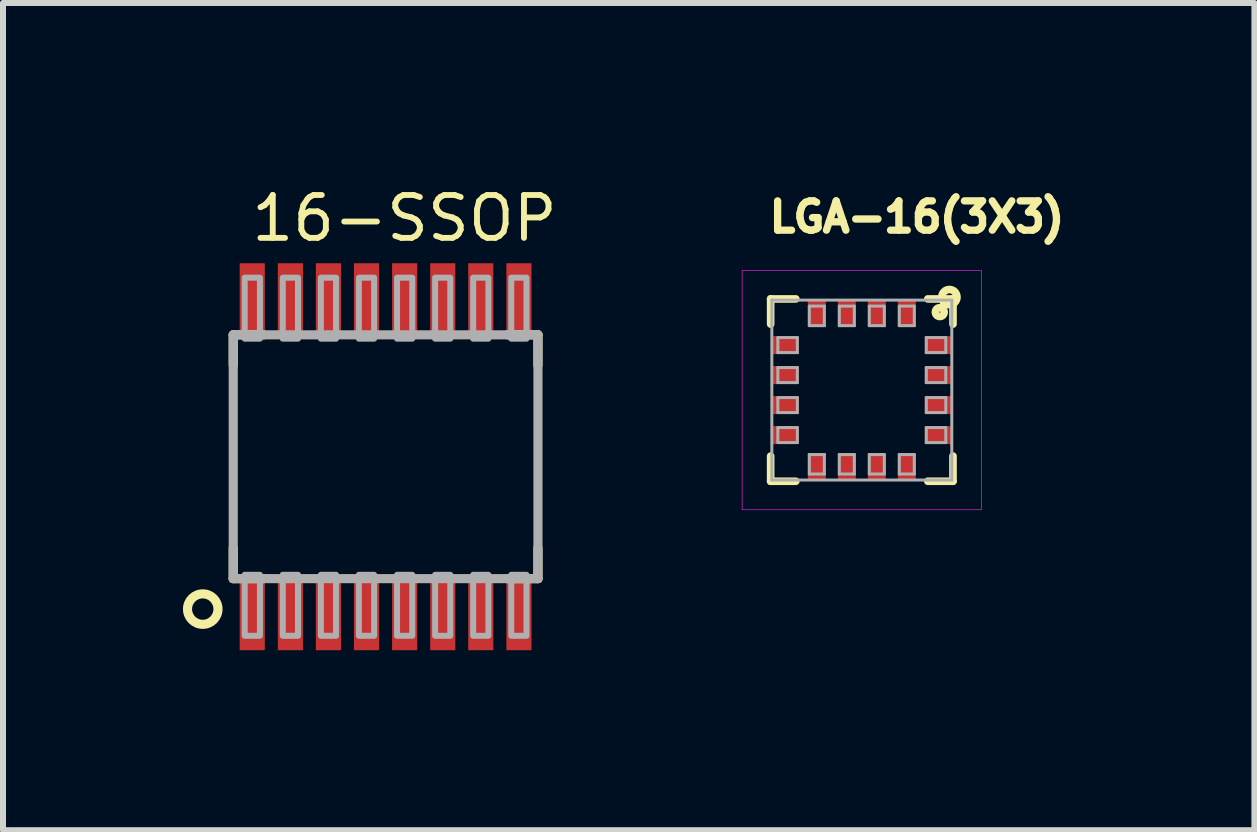
<source format=kicad_pcb>
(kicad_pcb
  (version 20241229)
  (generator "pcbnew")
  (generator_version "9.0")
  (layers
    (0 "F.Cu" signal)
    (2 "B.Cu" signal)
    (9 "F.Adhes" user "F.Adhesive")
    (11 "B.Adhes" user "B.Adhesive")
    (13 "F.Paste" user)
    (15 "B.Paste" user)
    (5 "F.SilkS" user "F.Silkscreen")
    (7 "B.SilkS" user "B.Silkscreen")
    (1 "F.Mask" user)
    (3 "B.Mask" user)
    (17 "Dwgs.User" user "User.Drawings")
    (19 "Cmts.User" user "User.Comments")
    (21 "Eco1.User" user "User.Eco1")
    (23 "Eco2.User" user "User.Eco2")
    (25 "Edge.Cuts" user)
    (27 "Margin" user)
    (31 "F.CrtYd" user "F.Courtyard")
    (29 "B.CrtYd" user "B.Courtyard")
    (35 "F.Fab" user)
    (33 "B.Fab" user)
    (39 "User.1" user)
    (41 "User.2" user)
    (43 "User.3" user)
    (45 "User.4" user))
  (footprint "LGA-16(3X3)"
    (layer "F.Cu")
    (at 11.317 3.453)
    (property "Reference" "LGA-16(3X3)" (at -1.6 -2.6 0) (layer "F.SilkS") (effects (font (size 0.488 0.488) (thickness 0.122)) (justify left bottom)))
    (fp_line (start -1.52 -1.52) (end -1.1 -1.52) (stroke (width 0.127) (type solid)) (layer "F.SilkS"))
    (fp_line (start -1.52 -1.1) (end -1.52 -1.52) (stroke (width 0.127) (type solid)) (layer "F.SilkS"))
    (fp_line (start -1.52 1.52) (end -1.52 1.1) (stroke (width 0.127) (type solid)) (layer "F.SilkS"))
    (fp_line (start -1.52 1.52) (end -1.1 1.52) (stroke (width 0.127) (type solid)) (layer "F.SilkS"))
    (fp_line (start 1.52 -1.52) (end 1.1 -1.52) (stroke (width 0.127) (type solid)) (layer "F.SilkS"))
    (fp_line (start 1.52 -1.52) (end 1.52 -1.1) (stroke (width 0.127) (type solid)) (layer "F.SilkS"))
    (fp_line (start 1.52 1.52) (end 1.1 1.52) (stroke (width 0.127) (type solid)) (layer "F.SilkS"))
    (fp_line (start 1.52 1.52) (end 1.52 1.1) (stroke (width 0.127) (type solid)) (layer "F.SilkS"))
    (fp_circle (center 1.3 -1.3) (end 1.31 -1.3) (stroke (width 0.127) (type solid)) (fill no) (layer "F.SilkS"))
    (fp_circle (center 1.46 -1.55) (end 1.523 -1.55) (stroke (width 0.127) (type solid)) (fill no) (layer "F.SilkS"))
    (fp_line (start -1.995 -1.995) (end -1.995 1.995) (stroke (width 0.01) (type solid)) (layer "F.CrtYd"))
    (fp_line (start -1.995 1.995) (end 1.995 1.995) (stroke (width 0.01) (type solid)) (layer "F.CrtYd"))
    (fp_line (start 1.995 -1.995) (end -1.995 -1.995) (stroke (width 0.01) (type solid)) (layer "F.CrtYd"))
    (fp_line (start 1.995 1.995) (end 1.995 -1.995) (stroke (width 0.01) (type solid)) (layer "F.CrtYd"))
    (fp_line (start -1.5 -1.5) (end -1.5 1.5) (stroke (width 0.05) (type solid)) (layer "F.Fab"))
    (fp_line (start -1.5 1.5) (end 1.5 1.5) (stroke (width 0.05) (type solid)) (layer "F.Fab"))
    (fp_line (start -1.4 -0.875) (end -1.4 -0.625) (stroke (width 0.05) (type solid)) (layer "F.Fab"))
    (fp_line (start -1.4 -0.625) (end -1.075 -0.625) (stroke (width 0.05) (type solid)) (layer "F.Fab"))
    (fp_line (start -1.4 -0.375) (end -1.4 -0.125) (stroke (width 0.05) (type solid)) (layer "F.Fab"))
    (fp_line (start -1.4 -0.125) (end -1.075 -0.125) (stroke (width 0.05) (type solid)) (layer "F.Fab"))
    (fp_line (start -1.4 0.125) (end -1.075 0.125) (stroke (width 0.05) (type solid)) (layer "F.Fab"))
    (fp_line (start -1.4 0.375) (end -1.4 0.125) (stroke (width 0.05) (type solid)) (layer "F.Fab"))
    (fp_line (start -1.4 0.625) (end -1.075 0.625) (stroke (width 0.05) (type solid)) (layer "F.Fab"))
    (fp_line (start -1.4 0.875) (end -1.4 0.625) (stroke (width 0.05) (type solid)) (layer "F.Fab"))
    (fp_line (start -1.075 -0.875) (end -1.4 -0.875) (stroke (width 0.05) (type solid)) (layer "F.Fab"))
    (fp_line (start -1.075 -0.625) (end -1.075 -0.875) (stroke (width 0.05) (type solid)) (layer "F.Fab"))
    (fp_line (start -1.075 -0.375) (end -1.4 -0.375) (stroke (width 0.05) (type solid)) (layer "F.Fab"))
    (fp_line (start -1.075 -0.125) (end -1.075 -0.375) (stroke (width 0.05) (type solid)) (layer "F.Fab"))
    (fp_line (start -1.075 0.125) (end -1.075 0.375) (stroke (width 0.05) (type solid)) (layer "F.Fab"))
    (fp_line (start -1.075 0.375) (end -1.4 0.375) (stroke (width 0.05) (type solid)) (layer "F.Fab"))
    (fp_line (start -1.075 0.625) (end -1.075 0.875) (stroke (width 0.05) (type solid)) (layer "F.Fab"))
    (fp_line (start -1.075 0.875) (end -1.4 0.875) (stroke (width 0.05) (type solid)) (layer "F.Fab"))
    (fp_line (start -0.875 -1.4) (end -0.625 -1.4) (stroke (width 0.05) (type solid)) (layer "F.Fab"))
    (fp_line (start -0.875 -1.075) (end -0.875 -1.4) (stroke (width 0.05) (type solid)) (layer "F.Fab"))
    (fp_line (start -0.875 1.075) (end -0.625 1.075) (stroke (width 0.05) (type solid)) (layer "F.Fab"))
    (fp_line (start -0.875 1.4) (end -0.875 1.075) (stroke (width 0.05) (type solid)) (layer "F.Fab"))
    (fp_line (start -0.625 -1.4) (end -0.625 -1.075) (stroke (width 0.05) (type solid)) (layer "F.Fab"))
    (fp_line (start -0.625 -1.075) (end -0.875 -1.075) (stroke (width 0.05) (type solid)) (layer "F.Fab"))
    (fp_line (start -0.625 1.075) (end -0.625 1.4) (stroke (width 0.05) (type solid)) (layer "F.Fab"))
    (fp_line (start -0.625 1.4) (end -0.875 1.4) (stroke (width 0.05) (type solid)) (layer "F.Fab"))
    (fp_line (start -0.375 -1.4) (end -0.125 -1.4) (stroke (width 0.05) (type solid)) (layer "F.Fab"))
    (fp_line (start -0.375 -1.075) (end -0.375 -1.4) (stroke (width 0.05) (type solid)) (layer "F.Fab"))
    (fp_line (start -0.375 1.075) (end -0.125 1.075) (stroke (width 0.05) (type solid)) (layer "F.Fab"))
    (fp_line (start -0.375 1.4) (end -0.375 1.075) (stroke (width 0.05) (type solid)) (layer "F.Fab"))
    (fp_line (start -0.125 -1.4) (end -0.125 -1.075) (stroke (width 0.05) (type solid)) (layer "F.Fab"))
    (fp_line (start -0.125 -1.075) (end -0.375 -1.075) (stroke (width 0.05) (type solid)) (layer "F.Fab"))
    (fp_line (start -0.125 1.075) (end -0.125 1.4) (stroke (width 0.05) (type solid)) (layer "F.Fab"))
    (fp_line (start -0.125 1.4) (end -0.375 1.4) (stroke (width 0.05) (type solid)) (layer "F.Fab"))
    (fp_line (start 0.125 -1.4) (end 0.375 -1.4) (stroke (width 0.05) (type solid)) (layer "F.Fab"))
    (fp_line (start 0.125 -1.075) (end 0.125 -1.4) (stroke (width 0.05) (type solid)) (layer "F.Fab"))
    (fp_line (start 0.125 1.075) (end 0.125 1.4) (stroke (width 0.05) (type solid)) (layer "F.Fab"))
    (fp_line (start 0.125 1.4) (end 0.375 1.4) (stroke (width 0.05) (type solid)) (layer "F.Fab"))
    (fp_line (start 0.375 -1.4) (end 0.375 -1.075) (stroke (width 0.05) (type solid)) (layer "F.Fab"))
    (fp_line (start 0.375 -1.075) (end 0.125 -1.075) (stroke (width 0.05) (type solid)) (layer "F.Fab"))
    (fp_line (start 0.375 1.075) (end 0.125 1.075) (stroke (width 0.05) (type solid)) (layer "F.Fab"))
    (fp_line (start 0.375 1.4) (end 0.375 1.075) (stroke (width 0.05) (type solid)) (layer "F.Fab"))
    (fp_line (start 0.625 -1.4) (end 0.875 -1.4) (stroke (width 0.05) (type solid)) (layer "F.Fab"))
    (fp_line (start 0.625 -1.075) (end 0.625 -1.4) (stroke (width 0.05) (type solid)) (layer "F.Fab"))
    (fp_line (start 0.625 1.075) (end 0.875 1.075) (stroke (width 0.05) (type solid)) (layer "F.Fab"))
    (fp_line (start 0.625 1.4) (end 0.625 1.075) (stroke (width 0.05) (type solid)) (layer "F.Fab"))
    (fp_line (start 0.875 -1.4) (end 0.875 -1.075) (stroke (width 0.05) (type solid)) (layer "F.Fab"))
    (fp_line (start 0.875 -1.075) (end 0.625 -1.075) (stroke (width 0.05) (type solid)) (layer "F.Fab"))
    (fp_line (start 0.875 1.075) (end 0.875 1.4) (stroke (width 0.05) (type solid)) (layer "F.Fab"))
    (fp_line (start 0.875 1.4) (end 0.625 1.4) (stroke (width 0.05) (type solid)) (layer "F.Fab"))
    (fp_line (start 1.075 -0.875) (end 1.4 -0.875) (stroke (width 0.05) (type solid)) (layer "F.Fab"))
    (fp_line (start 1.075 -0.625) (end 1.075 -0.875) (stroke (width 0.05) (type solid)) (layer "F.Fab"))
    (fp_line (start 1.075 -0.375) (end 1.4 -0.375) (stroke (width 0.05) (type solid)) (layer "F.Fab"))
    (fp_line (start 1.075 -0.125) (end 1.075 -0.375) (stroke (width 0.05) (type solid)) (layer "F.Fab"))
    (fp_line (start 1.075 0.125) (end 1.075 0.375) (stroke (width 0.05) (type solid)) (layer "F.Fab"))
    (fp_line (start 1.075 0.375) (end 1.4 0.375) (stroke (width 0.05) (type solid)) (layer "F.Fab"))
    (fp_line (start 1.075 0.625) (end 1.075 0.875) (stroke (width 0.05) (type solid)) (layer "F.Fab"))
    (fp_line (start 1.075 0.875) (end 1.4 0.875) (stroke (width 0.05) (type solid)) (layer "F.Fab"))
    (fp_line (start 1.4 -0.875) (end 1.4 -0.625) (stroke (width 0.05) (type solid)) (layer "F.Fab"))
    (fp_line (start 1.4 -0.625) (end 1.075 -0.625) (stroke (width 0.05) (type solid)) (layer "F.Fab"))
    (fp_line (start 1.4 -0.375) (end 1.4 -0.125) (stroke (width 0.05) (type solid)) (layer "F.Fab"))
    (fp_line (start 1.4 -0.125) (end 1.075 -0.125) (stroke (width 0.05) (type solid)) (layer "F.Fab"))
    (fp_line (start 1.4 0.125) (end 1.075 0.125) (stroke (width 0.05) (type solid)) (layer "F.Fab"))
    (fp_line (start 1.4 0.375) (end 1.4 0.125) (stroke (width 0.05) (type solid)) (layer "F.Fab"))
    (fp_line (start 1.4 0.625) (end 1.075 0.625) (stroke (width 0.05) (type solid)) (layer "F.Fab"))
    (fp_line (start 1.4 0.875) (end 1.4 0.625) (stroke (width 0.05) (type solid)) (layer "F.Fab"))
    (fp_line (start 1.5 -1.5) (end -1.5 -1.5) (stroke (width 0.05) (type solid)) (layer "F.Fab"))
    (fp_line (start 1.5 1.5) (end 1.5 -1.5) (stroke (width 0.05) (type solid)) (layer "F.Fab"))
    (pad "1" smd rect (at 0.75 -1.275) (size 0.3 0.45) (layers "F.Cu" "F.Mask" "F.Paste"))
    (pad "2" smd rect (at 0.25 -1.275) (size 0.3 0.45) (layers "F.Cu" "F.Mask" "F.Paste"))
    (pad "3" smd rect (at -0.25 -1.275) (size 0.3 0.45) (layers "F.Cu" "F.Mask" "F.Paste"))
    (pad "4" smd rect (at -0.75 -1.275) (size 0.3 0.45) (layers "F.Cu" "F.Mask" "F.Paste"))
    (pad "5" smd rect (at -1.275 -0.75 90) (size 0.3 0.45) (layers "F.Cu" "F.Mask" "F.Paste"))
    (pad "6" smd rect (at -1.275 -0.25 90) (size 0.3 0.45) (layers "F.Cu" "F.Mask" "F.Paste"))
    (pad "7" smd rect (at -1.275 0.25 90) (size 0.3 0.45) (layers "F.Cu" "F.Mask" "F.Paste"))
    (pad "8" smd rect (at -1.275 0.75 90) (size 0.3 0.45) (layers "F.Cu" "F.Mask" "F.Paste"))
    (pad "9" smd rect (at -0.75 1.275 180) (size 0.3 0.45) (layers "F.Cu" "F.Mask" "F.Paste"))
    (pad "10" smd rect (at -0.25 1.275 180) (size 0.3 0.45) (layers "F.Cu" "F.Mask" "F.Paste"))
    (pad "11" smd rect (at 0.25 1.275 180) (size 0.3 0.45) (layers "F.Cu" "F.Mask" "F.Paste"))
    (pad "12" smd rect (at 0.75 1.275 180) (size 0.3 0.45) (layers "F.Cu" "F.Mask" "F.Paste"))
    (pad "13" smd rect (at 1.275 0.75 270) (size 0.3 0.45) (layers "F.Cu" "F.Mask" "F.Paste"))
    (pad "14" smd rect (at 1.275 0.25 270) (size 0.3 0.45) (layers "F.Cu" "F.Mask" "F.Paste"))
    (pad "15" smd rect (at 1.275 -0.25 270) (size 0.3 0.45) (layers "F.Cu" "F.Mask" "F.Paste"))
    (pad "16" smd rect (at 1.275 -0.75 270) (size 0.3 0.45) (layers "F.Cu" "F.Mask" "F.Paste")))
  (footprint "16-SSOP"
    (layer "F.Cu")
    (at 3.378 4.564)
    (property "Reference" "16-SSOP" (at -2.286 -3.556 0) (layer "F.SilkS") (effects (font (size 0.715 0.715) (thickness 0.098)) (justify left bottom)))
    (fp_line (start -2.54 -2.032) (end -2.032 -2.032) (stroke (width 0.152) (type solid)) (layer "F.SilkS"))
    (fp_line (start -2.54 -1.524) (end -2.54 -2.032) (stroke (width 0.152) (type solid)) (layer "F.SilkS"))
    (fp_line (start -2.54 1.524) (end -2.54 2.032) (stroke (width 0.152) (type solid)) (layer "F.SilkS"))
    (fp_line (start -2.54 2.032) (end -2.032 2.032) (stroke (width 0.152) (type solid)) (layer "F.SilkS"))
    (fp_line (start 2.032 2.032) (end 2.54 2.032) (stroke (width 0.152) (type solid)) (layer "F.SilkS"))
    (fp_line (start 2.54 -2.032) (end 2.032 -2.032) (stroke (width 0.152) (type solid)) (layer "F.SilkS"))
    (fp_line (start 2.54 -1.524) (end 2.54 -2.032) (stroke (width 0.152) (type solid)) (layer "F.SilkS"))
    (fp_line (start 2.54 2.032) (end 2.54 1.524) (stroke (width 0.152) (type solid)) (layer "F.SilkS"))
    (fp_circle (center -3.048 2.54) (end -2.794 2.54) (stroke (width 0.152) (type solid)) (fill no) (layer "F.SilkS"))
    (fp_line (start -2.54 -2.032) (end -2.54 2.032) (stroke (width 0.152) (type solid)) (layer "F.Fab"))
    (fp_line (start -2.54 2.032) (end 2.54 2.032) (stroke (width 0.152) (type solid)) (layer "F.Fab"))
    (fp_line (start 2.54 -2.032) (end -2.54 -2.032) (stroke (width 0.152) (type solid)) (layer "F.Fab"))
    (fp_line (start 2.54 2.032) (end 2.54 -2.032) (stroke (width 0.152) (type solid)) (layer "F.Fab"))
    (fp_poly (pts (xy -2.349 2.985) (xy -2.095 2.985) (xy -2.095 1.968) (xy -2.349 1.968)) (stroke (width 0.1) (type solid)) (fill no) (layer "F.Fab"))
    (fp_poly (pts (xy -2.095 -2.985) (xy -2.349 -2.985) (xy -2.349 -1.968) (xy -2.095 -1.968)) (stroke (width 0.1) (type solid)) (fill no) (layer "F.Fab"))
    (fp_poly (pts (xy -1.714 2.985) (xy -1.46 2.985) (xy -1.46 1.968) (xy -1.714 1.968)) (stroke (width 0.1) (type solid)) (fill no) (layer "F.Fab"))
    (fp_poly (pts (xy -1.46 -2.985) (xy -1.714 -2.985) (xy -1.714 -1.968) (xy -1.46 -1.968)) (stroke (width 0.1) (type solid)) (fill no) (layer "F.Fab"))
    (fp_poly (pts (xy -1.079 2.985) (xy -0.826 2.985) (xy -0.826 1.968) (xy -1.079 1.968)) (stroke (width 0.1) (type solid)) (fill no) (layer "F.Fab"))
    (fp_poly (pts (xy -0.826 -2.985) (xy -1.079 -2.985) (xy -1.079 -1.968) (xy -0.826 -1.968)) (stroke (width 0.1) (type solid)) (fill no) (layer "F.Fab"))
    (fp_poly (pts (xy -0.445 2.985) (xy -0.191 2.985) (xy -0.191 1.968) (xy -0.445 1.968)) (stroke (width 0.1) (type solid)) (fill no) (layer "F.Fab"))
    (fp_poly (pts (xy -0.191 -2.985) (xy -0.445 -2.985) (xy -0.445 -1.968) (xy -0.191 -1.968)) (stroke (width 0.1) (type solid)) (fill no) (layer "F.Fab"))
    (fp_poly (pts (xy 0.191 2.985) (xy 0.445 2.985) (xy 0.445 1.968) (xy 0.191 1.968)) (stroke (width 0.1) (type solid)) (fill no) (layer "F.Fab"))
    (fp_poly (pts (xy 0.445 -2.985) (xy 0.191 -2.985) (xy 0.191 -1.968) (xy 0.445 -1.968)) (stroke (width 0.1) (type solid)) (fill no) (layer "F.Fab"))
    (fp_poly (pts (xy 0.826 2.985) (xy 1.079 2.985) (xy 1.079 1.968) (xy 0.826 1.968)) (stroke (width 0.1) (type solid)) (fill no) (layer "F.Fab"))
    (fp_poly (pts (xy 1.079 -2.985) (xy 0.826 -2.985) (xy 0.826 -1.968) (xy 1.079 -1.968)) (stroke (width 0.1) (type solid)) (fill no) (layer "F.Fab"))
    (fp_poly (pts (xy 1.46 2.985) (xy 1.714 2.985) (xy 1.714 1.968) (xy 1.46 1.968)) (stroke (width 0.1) (type solid)) (fill no) (layer "F.Fab"))
    (fp_poly (pts (xy 1.714 -2.985) (xy 1.46 -2.985) (xy 1.46 -1.968) (xy 1.714 -1.968)) (stroke (width 0.1) (type solid)) (fill no) (layer "F.Fab"))
    (fp_poly (pts (xy 2.095 2.985) (xy 2.349 2.985) (xy 2.349 1.968) (xy 2.095 1.968)) (stroke (width 0.1) (type solid)) (fill no) (layer "F.Fab"))
    (fp_poly (pts (xy 2.349 -2.985) (xy 2.095 -2.985) (xy 2.095 -1.968) (xy 2.349 -1.968)) (stroke (width 0.1) (type solid)) (fill no) (layer "F.Fab"))
    (pad "1" smd rect (at -2.223 2.654 90) (size 1.143 0.419) (layers "F.Cu" "F.Mask" "F.Paste"))
    (pad "2" smd rect (at -1.587 2.654 90) (size 1.143 0.419) (layers "F.Cu" "F.Mask" "F.Paste"))
    (pad "3" smd rect (at -0.953 2.654 90) (size 1.143 0.419) (layers "F.Cu" "F.Mask" "F.Paste"))
    (pad "4" smd rect (at -0.318 2.654 90) (size 1.143 0.419) (layers "F.Cu" "F.Mask" "F.Paste"))
    (pad "5" smd rect (at 0.318 2.654 90) (size 1.143 0.419) (layers "F.Cu" "F.Mask" "F.Paste"))
    (pad "6" smd rect (at 0.953 2.654 90) (size 1.143 0.419) (layers "F.Cu" "F.Mask" "F.Paste"))
    (pad "7" smd rect (at 1.587 2.654 90) (size 1.143 0.419) (layers "F.Cu" "F.Mask" "F.Paste"))
    (pad "8" smd rect (at 2.223 2.654 90) (size 1.143 0.419) (layers "F.Cu" "F.Mask" "F.Paste"))
    (pad "9" smd rect (at 2.223 -2.654 90) (size 1.143 0.419) (layers "F.Cu" "F.Mask" "F.Paste"))
    (pad "10" smd rect (at 1.587 -2.654 90) (size 1.143 0.419) (layers "F.Cu" "F.Mask" "F.Paste"))
    (pad "11" smd rect (at 0.953 -2.654 90) (size 1.143 0.419) (layers "F.Cu" "F.Mask" "F.Paste"))
    (pad "12" smd rect (at 0.318 -2.654 90) (size 1.143 0.419) (layers "F.Cu" "F.Mask" "F.Paste"))
    (pad "13" smd rect (at -0.318 -2.654 90) (size 1.143 0.419) (layers "F.Cu" "F.Mask" "F.Paste"))
    (pad "14" smd rect (at -0.953 -2.654 90) (size 1.143 0.419) (layers "F.Cu" "F.Mask" "F.Paste"))
    (pad "15" smd rect (at -1.587 -2.654 90) (size 1.143 0.419) (layers "F.Cu" "F.Mask" "F.Paste"))
    (pad "16" smd rect (at -2.223 -2.654 90) (size 1.143 0.419) (layers "F.Cu" "F.Mask" "F.Paste")))
  (gr_rect
    (start -3 -3)
    (end 17.862 10.79)
    (stroke (width 0.1) (type default))
    (fill no)
    (layer "Edge.Cuts")))
</source>
